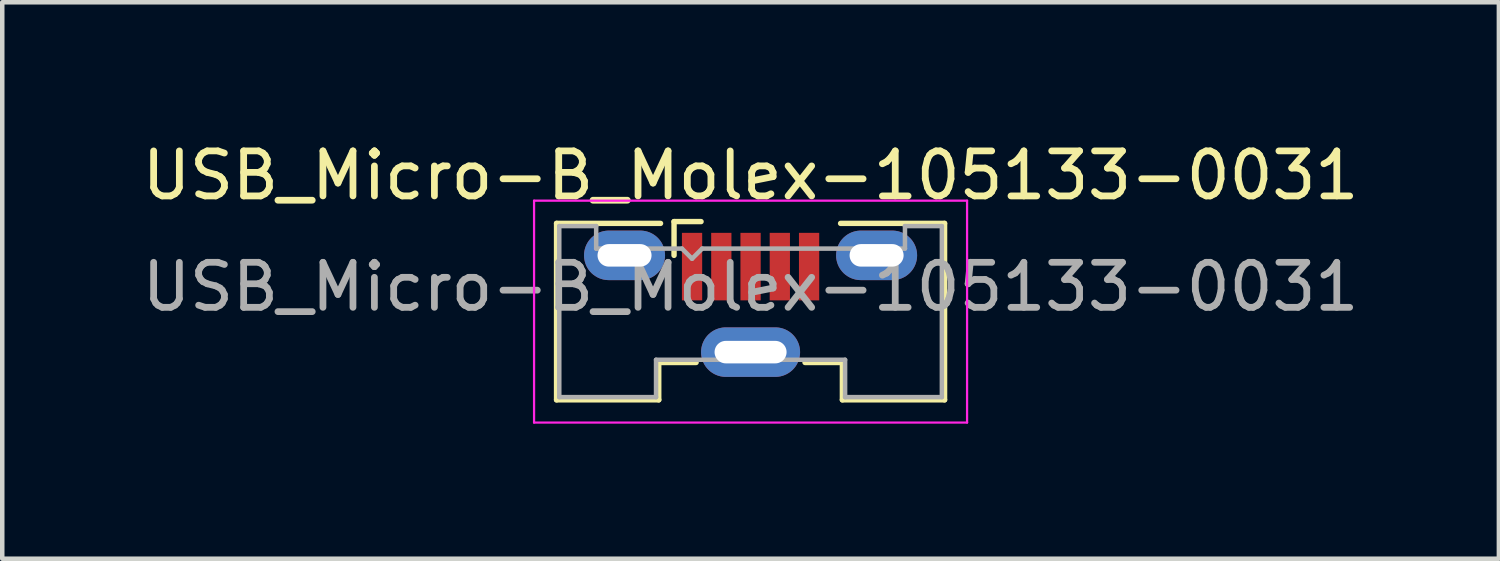
<source format=kicad_pcb>
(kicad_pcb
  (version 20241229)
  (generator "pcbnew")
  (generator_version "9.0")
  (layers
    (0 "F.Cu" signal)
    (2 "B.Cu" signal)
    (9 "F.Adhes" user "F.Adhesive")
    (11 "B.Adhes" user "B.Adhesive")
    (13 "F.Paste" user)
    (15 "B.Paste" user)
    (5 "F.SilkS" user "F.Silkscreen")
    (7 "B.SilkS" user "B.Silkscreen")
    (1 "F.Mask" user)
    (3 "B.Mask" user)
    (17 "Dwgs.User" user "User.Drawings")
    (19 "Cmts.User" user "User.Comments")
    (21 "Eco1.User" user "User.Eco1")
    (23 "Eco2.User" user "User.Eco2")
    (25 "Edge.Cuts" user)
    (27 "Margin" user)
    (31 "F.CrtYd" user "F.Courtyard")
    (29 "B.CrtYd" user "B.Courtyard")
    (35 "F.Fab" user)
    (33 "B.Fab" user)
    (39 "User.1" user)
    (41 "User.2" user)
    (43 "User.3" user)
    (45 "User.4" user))
  (footprint "USB_Micro-B_Molex-105133-0031"
    (layer "F.Cu")
    (at 13.625 3.698)
    (property "Reference" "USB_Micro-B_Molex-105133-0031" (at 0 -2.85 0) (layer "F.SilkS") (effects (font (size 1 1) (thickness 0.15))))
    (attr smd)
    (fp_line (start -4.31 -1.785) (end -4.31 2.135) (stroke (width 0.12) (type solid)) (layer "F.SilkS"))
    (fp_line (start -4.31 2.135) (end -2.04 2.135) (stroke (width 0.12) (type solid)) (layer "F.SilkS"))
    (fp_line (start -2.04 1.305) (end -2.04 2.135) (stroke (width 0.12) (type solid)) (layer "F.SilkS"))
    (fp_line (start -2.04 1.305) (end -1.21 1.305) (stroke (width 0.12) (type solid)) (layer "F.SilkS"))
    (fp_line (start -2 -1.785) (end -4.31 -1.785) (stroke (width 0.12) (type solid)) (layer "F.SilkS"))
    (fp_line (start -1.7 -1.825) (end -1.1 -1.825) (stroke (width 0.12) (type solid)) (layer "F.SilkS"))
    (fp_line (start -1.7 -1.075) (end -1.7 -1.825) (stroke (width 0.12) (type solid)) (layer "F.SilkS"))
    (fp_line (start 2 -1.785) (end 4.31 -1.785) (stroke (width 0.12) (type solid)) (layer "F.SilkS"))
    (fp_line (start 2.04 1.305) (end 1.21 1.305) (stroke (width 0.12) (type solid)) (layer "F.SilkS"))
    (fp_line (start 2.04 1.305) (end 2.04 2.135) (stroke (width 0.12) (type solid)) (layer "F.SilkS"))
    (fp_line (start 4.31 -1.785) (end 4.31 2.135) (stroke (width 0.12) (type solid)) (layer "F.SilkS"))
    (fp_line (start 4.31 2.135) (end 2.04 2.135) (stroke (width 0.12) (type solid)) (layer "F.SilkS"))
    (fp_line (start -4.81 -2.29) (end 4.81 -2.29) (stroke (width 0.05) (type solid)) (layer "F.CrtYd"))
    (fp_line (start -4.81 2.64) (end -4.81 -2.29) (stroke (width 0.05) (type solid)) (layer "F.CrtYd"))
    (fp_line (start -4.81 2.64) (end 4.81 2.64) (stroke (width 0.05) (type solid)) (layer "F.CrtYd"))
    (fp_line (start 4.81 2.64) (end 4.81 -2.29) (stroke (width 0.05) (type solid)) (layer "F.CrtYd"))
    (fp_line (start -4.25 -1.725) (end -4.25 2.075) (stroke (width 0.1) (type solid)) (layer "F.Fab"))
    (fp_line (start -4.25 2.075) (end -2.1 2.075) (stroke (width 0.1) (type solid)) (layer "F.Fab"))
    (fp_line (start -3.43 -1.725) (end -4.25 -1.725) (stroke (width 0.1) (type solid)) (layer "F.Fab"))
    (fp_line (start -3.43 -1.225) (end -3.43 -1.725) (stroke (width 0.1) (type solid)) (layer "F.Fab"))
    (fp_line (start -2.1 1.245) (end 2.1 1.245) (stroke (width 0.1) (type solid)) (layer "F.Fab"))
    (fp_line (start -2.1 2.075) (end -2.1 1.245) (stroke (width 0.1) (type solid)) (layer "F.Fab"))
    (fp_line (start -1.525 -1.225) (end -3.43 -1.225) (stroke (width 0.1) (type solid)) (layer "F.Fab"))
    (fp_line (start -1.525 -1.225) (end -1.3 -1) (stroke (width 0.1) (type solid)) (layer "F.Fab"))
    (fp_line (start -1.3 -1) (end -1.075 -1.225) (stroke (width 0.1) (type solid)) (layer "F.Fab"))
    (fp_line (start 2.1 1.245) (end 2.1 2.075) (stroke (width 0.1) (type solid)) (layer "F.Fab"))
    (fp_line (start 2.1 2.075) (end 4.25 2.075) (stroke (width 0.1) (type solid)) (layer "F.Fab"))
    (fp_line (start 3.43 -1.725) (end 3.43 -1.225) (stroke (width 0.1) (type solid)) (layer "F.Fab"))
    (fp_line (start 3.43 -1.225) (end -1.075 -1.225) (stroke (width 0.1) (type solid)) (layer "F.Fab"))
    (fp_line (start 4.25 -1.725) (end 3.43 -1.725) (stroke (width 0.1) (type solid)) (layer "F.Fab"))
    (fp_line (start 4.25 2.075) (end 4.25 -1.725) (stroke (width 0.1) (type solid)) (layer "F.Fab"))
    (fp_text user "${REFERENCE}" (at 0 -0.375 0) (layer "F.Fab") (effects (font (size 1 1) (thickness 0.15))))
    (pad "1" smd rect (at -1.3 -0.825) (size 0.45 1.5) (layers "F.Cu" "F.Mask" "F.Paste"))
    (pad "2" smd rect (at -0.65 -0.825) (size 0.45 1.5) (layers "F.Cu" "F.Mask" "F.Paste"))
    (pad "3" smd rect (at 0 -0.825) (size 0.45 1.5) (layers "F.Cu" "F.Mask" "F.Paste"))
    (pad "4" smd rect (at 0.65 -0.825) (size 0.45 1.5) (layers "F.Cu" "F.Mask" "F.Paste"))
    (pad "5" smd rect (at 1.3 -0.825) (size 0.45 1.5) (layers "F.Cu" "F.Mask" "F.Paste"))
    (pad "6" thru_hole oval (at -2.8 -1.075) (size 1.8 1.1) (drill oval 1.2 0.5) (layers "*.Cu" "*.Mask"))
    (pad "6" thru_hole oval (at 0 1.075) (size 2.2 1.1) (drill oval 1.6 0.5) (layers "*.Cu" "*.Mask"))
    (pad "6" thru_hole oval (at 2.8 -1.075) (size 1.8 1.1) (drill oval 1.2 0.5) (layers "*.Cu" "*.Mask")))
  (gr_rect
    (start -3 -3)
    (end 30.25 9.363)
    (stroke (width 0.1) (type default))
    (fill no)
    (layer "Edge.Cuts")))
</source>
